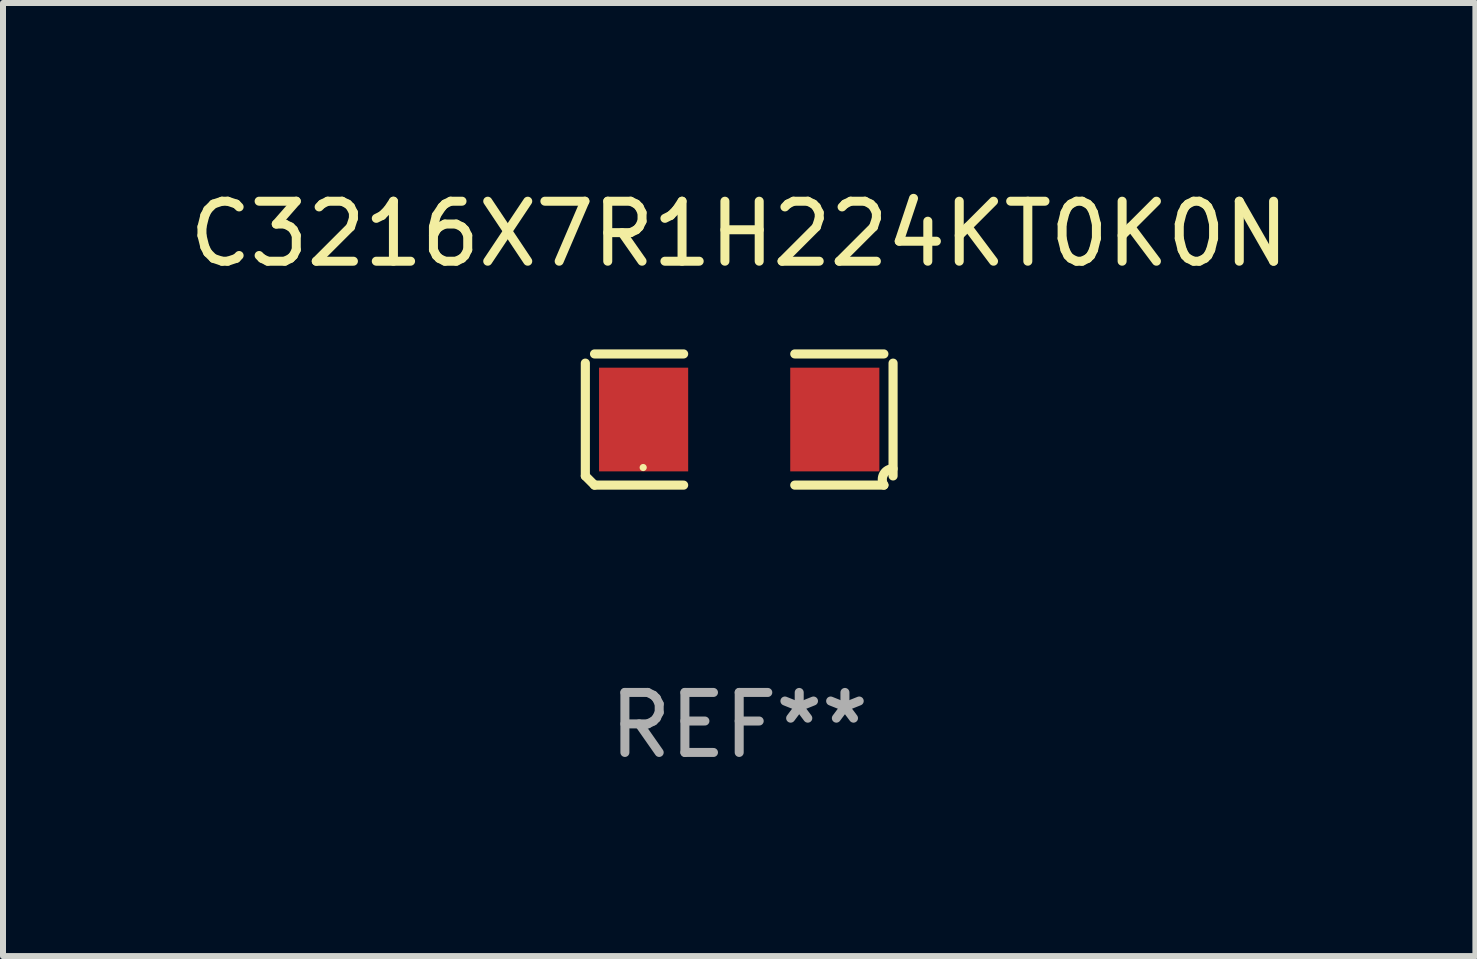
<source format=kicad_pcb>
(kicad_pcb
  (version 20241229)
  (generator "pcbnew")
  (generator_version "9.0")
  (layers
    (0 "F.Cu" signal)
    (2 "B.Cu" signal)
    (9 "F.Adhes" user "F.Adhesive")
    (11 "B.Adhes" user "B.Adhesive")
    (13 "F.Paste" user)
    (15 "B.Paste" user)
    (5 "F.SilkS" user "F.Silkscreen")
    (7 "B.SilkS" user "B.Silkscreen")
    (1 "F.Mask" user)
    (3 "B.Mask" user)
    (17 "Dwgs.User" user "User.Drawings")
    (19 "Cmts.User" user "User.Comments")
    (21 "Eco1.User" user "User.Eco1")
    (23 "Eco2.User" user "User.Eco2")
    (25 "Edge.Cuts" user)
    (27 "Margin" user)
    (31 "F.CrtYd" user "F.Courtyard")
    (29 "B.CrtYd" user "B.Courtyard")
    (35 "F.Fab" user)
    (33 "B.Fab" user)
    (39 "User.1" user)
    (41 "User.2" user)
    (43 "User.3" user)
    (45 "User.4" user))
  (footprint "C3216X7R1H224KT0K0N"
    (layer "F.Cu")
    (at 9.268 3.941)
    (property "Reference" "C3216X7R1H224KT0K0N" (at 0 -3.093 0) (layer "F.SilkS") (effects (font (size 1 1) (thickness 0.15))))
    (attr through_hole)
    (fp_line (start -2.564 0.94) (end -2.564 -0.94) (stroke (width 0.152) (type solid)) (layer "F.SilkS"))
    (fp_line (start -2.411 -1.093) (end -0.926 -1.093) (stroke (width 0.152) (type solid)) (layer "F.SilkS"))
    (fp_line (start -0.926 1.093) (end -2.411 1.093) (stroke (width 0.152) (type solid)) (layer "F.SilkS"))
    (fp_line (start 0.926 1.093) (end 2.411 1.093) (stroke (width 0.152) (type solid)) (layer "F.SilkS"))
    (fp_line (start 2.411 -1.093) (end 0.926 -1.093) (stroke (width 0.152) (type solid)) (layer "F.SilkS"))
    (fp_line (start 2.564 0.94) (end 2.564 -0.94) (stroke (width 0.152) (type solid)) (layer "F.SilkS"))
    (fp_arc (start -2.411201 1.092609) (mid -2.487413 1.01642) (end -2.563602 0.940208) (stroke (width 0.1524) (type solid)) (layer "F.SilkS"))
    (fp_arc (start 2.411201 1.092609) (mid 2.407159 0.911226) (end 2.563602 0.819347) (stroke (width 0.1524) (type solid)) (layer "F.SilkS"))
    (fp_circle (center -1.6 0.8) (end -1.57 0.8) (stroke (width 0.06) (type solid)) (fill no) (layer "F.SilkS"))
    (fp_text user "REF**" (at 0 5.093 0) (layer "F.Fab") (effects (font (size 1 1) (thickness 0.15))))
    (pad "1" smd rect (at -1.593 0) (size 1.485 1.728) (layers "F.Cu" "F.Mask" "F.Paste"))
    (pad "2" smd rect (at 1.593 0) (size 1.485 1.728) (layers "F.Cu" "F.Mask" "F.Paste")))
  (gr_rect
    (start -3 -3)
    (end 21.536 12.882)
    (stroke (width 0.1) (type default))
    (fill no)
    (layer "Edge.Cuts")))
</source>
